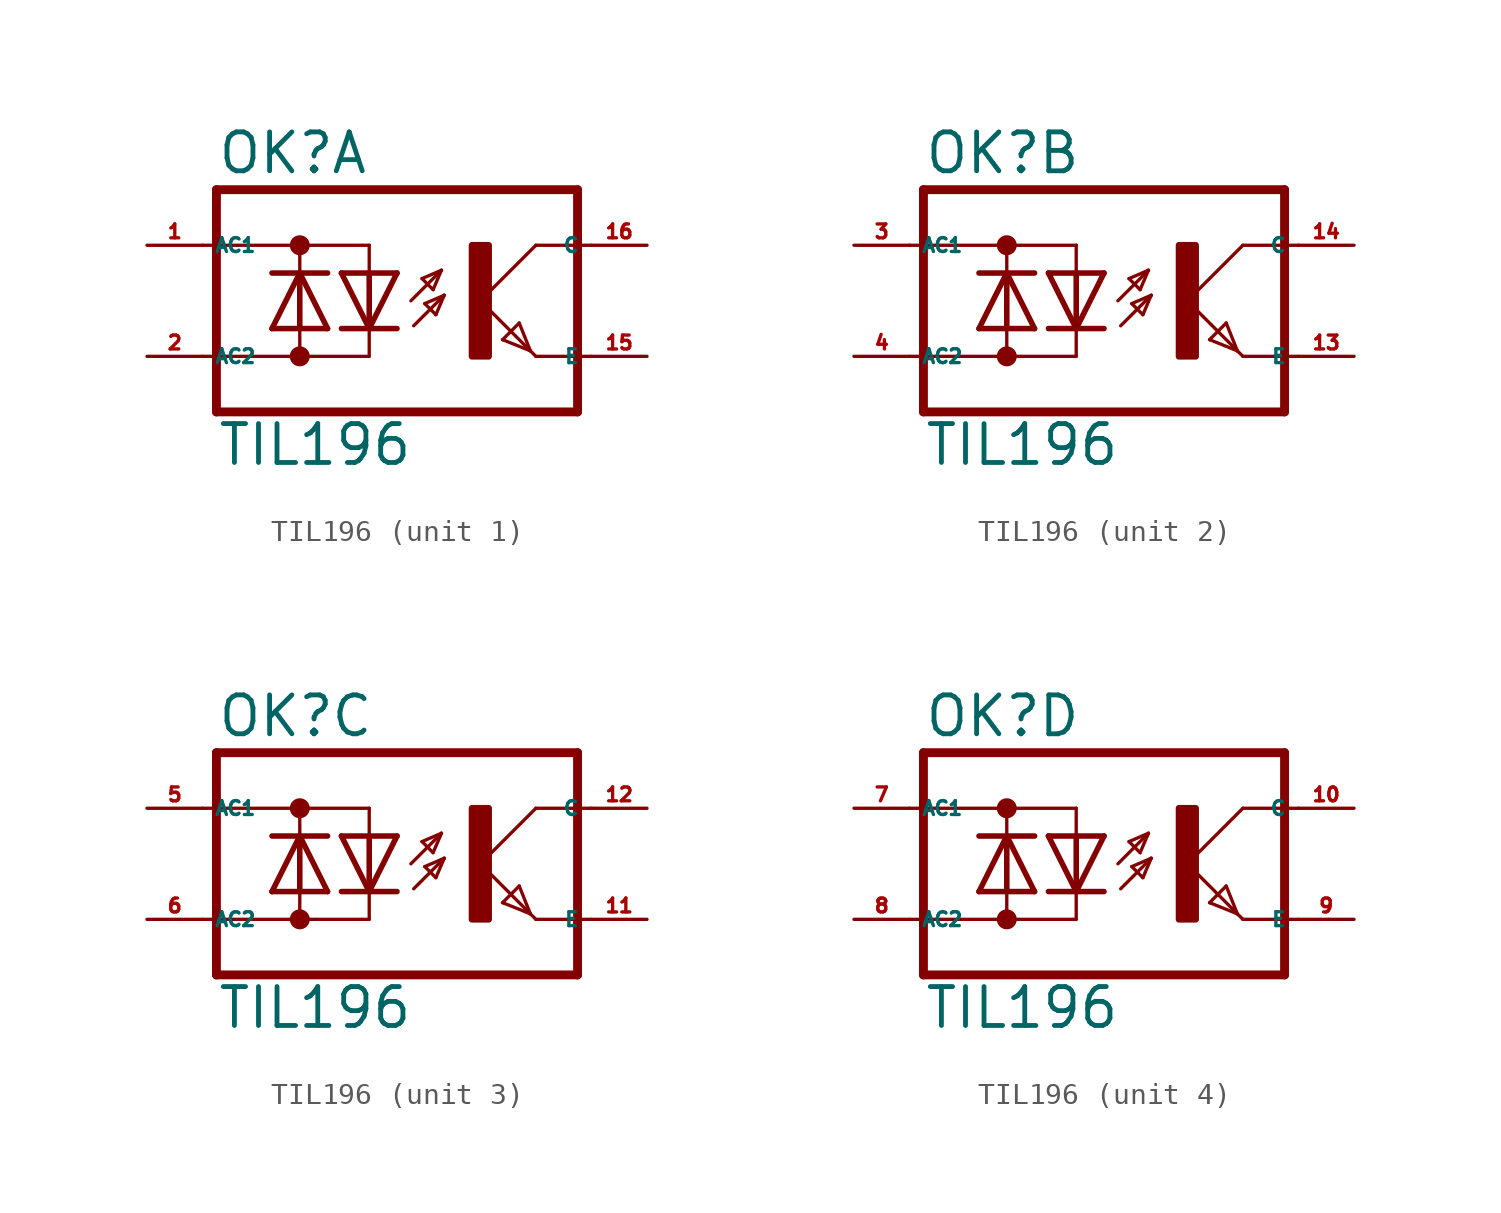
<source format=kicad_sym>
(kicad_symbol_lib
  (version 20220914)
  (generator kicad_symbol_editor)
  (symbol "TIL196"
    (property "Reference" "OK"
      (at -6.985 5.715 0)
      (effects (font (size 1.778 1.778) (thickness 0.22)) (justify left bottom)))
    (property "Value" "TIL196"
      (at -6.985 -7.62 0)
      (effects (font (size 1.778 1.778) (thickness 0.22)) (justify left bottom)))
    (symbol "TIL196_1_0"
      (circle (center -3.175 -2.54) (radius 0.254) (stroke (width 0.406) (type default)) (fill (type none)))
      (circle (center -3.175 2.54) (radius 0.254) (stroke (width 0.406) (type default)) (fill (type none)))
      (polyline (pts (xy -6.985 -5.08) (xy 9.525 -5.08)) (stroke (width 0.406) (type default)) (fill (type none)))
      (polyline (pts (xy -6.985 5.08) (xy -6.985 -5.08)) (stroke (width 0.406) (type default)) (fill (type none)))
      (polyline (pts (xy -6.985 5.08) (xy 9.525 5.08)) (stroke (width 0.406) (type default)) (fill (type none)))
      (polyline (pts (xy -4.445 -1.27) (xy -3.175 -1.27)) (stroke (width 0.254) (type default)) (fill (type none)))
      (polyline (pts (xy -4.445 -1.27) (xy -3.175 1.27)) (stroke (width 0.254) (type default)) (fill (type none)))
      (polyline (pts (xy -4.445 1.27) (xy -3.175 1.27)) (stroke (width 0.254) (type default)) (fill (type none)))
      (polyline (pts (xy -3.175 -2.54) (xy -7.62 -2.54)) (stroke (width 0.152) (type default)) (fill (type none)))
      (polyline (pts (xy -3.175 -2.54) (xy -3.175 -1.27)) (stroke (width 0.152) (type default)) (fill (type none)))
      (polyline (pts (xy -3.175 -2.54) (xy 0 -2.54)) (stroke (width 0.152) (type default)) (fill (type none)))
      (polyline (pts (xy -3.175 -1.27) (xy -3.175 1.27)) (stroke (width 0.254) (type default)) (fill (type none)))
      (polyline (pts (xy -3.175 -1.27) (xy -1.905 -1.27)) (stroke (width 0.254) (type default)) (fill (type none)))
      (polyline (pts (xy -3.175 1.27) (xy -1.905 -1.27)) (stroke (width 0.254) (type default)) (fill (type none)))
      (polyline (pts (xy -3.175 1.27) (xy -1.905 1.27)) (stroke (width 0.254) (type default)) (fill (type none)))
      (polyline (pts (xy -3.175 2.54) (xy -7.62 2.54)) (stroke (width 0.152) (type default)) (fill (type none)))
      (polyline (pts (xy -3.175 2.54) (xy -3.175 1.27)) (stroke (width 0.152) (type default)) (fill (type none)))
      (polyline (pts (xy -3.175 2.54) (xy 0 2.54)) (stroke (width 0.152) (type default)) (fill (type none)))
      (polyline (pts (xy 0 -2.54) (xy 0 -1.27)) (stroke (width 0.152) (type default)) (fill (type none)))
      (polyline (pts (xy 0 -1.27) (xy -1.27 -1.27)) (stroke (width 0.254) (type default)) (fill (type none)))
      (polyline (pts (xy 0 -1.27) (xy -1.27 1.27)) (stroke (width 0.254) (type default)) (fill (type none)))
      (polyline (pts (xy 0 1.27) (xy -1.27 1.27)) (stroke (width 0.254) (type default)) (fill (type none)))
      (polyline (pts (xy 0 1.27) (xy 0 -1.27)) (stroke (width 0.254) (type default)) (fill (type none)))
      (polyline (pts (xy 0 2.54) (xy 0 1.27)) (stroke (width 0.152) (type default)) (fill (type none)))
      (polyline (pts (xy 1.27 -1.27) (xy 0 -1.27)) (stroke (width 0.254) (type default)) (fill (type none)))
      (polyline (pts (xy 1.27 1.27) (xy 0 -1.27)) (stroke (width 0.254) (type default)) (fill (type none)))
      (polyline (pts (xy 1.27 1.27) (xy 0 1.27)) (stroke (width 0.254) (type default)) (fill (type none)))
      (polyline (pts (xy 1.905 0) (xy 3.302 1.397)) (stroke (width 0.152) (type default)) (fill (type none)))
      (polyline (pts (xy 2.032 -1.143) (xy 3.429 0.254)) (stroke (width 0.152) (type default)) (fill (type none)))
      (polyline (pts (xy 2.413 1.016) (xy 2.921 0.508)) (stroke (width 0.152) (type default)) (fill (type none)))
      (polyline (pts (xy 2.54 -0.127) (xy 3.048 -0.635)) (stroke (width 0.152) (type default)) (fill (type none)))
      (polyline (pts (xy 2.921 0.508) (xy 3.302 1.397)) (stroke (width 0.152) (type default)) (fill (type none)))
      (polyline (pts (xy 3.048 -0.635) (xy 3.429 0.254)) (stroke (width 0.152) (type default)) (fill (type none)))
      (polyline (pts (xy 3.302 1.397) (xy 2.413 1.016)) (stroke (width 0.152) (type default)) (fill (type none)))
      (polyline (pts (xy 3.429 0.254) (xy 2.54 -0.127)) (stroke (width 0.152) (type default)) (fill (type none)))
      (polyline (pts (xy 5.08 0) (xy 7.366 -2.286)) (stroke (width 0.152) (type default)) (fill (type none)))
      (polyline (pts (xy 6.096 -1.778) (xy 6.858 -1.016)) (stroke (width 0.152) (type default)) (fill (type none)))
      (polyline (pts (xy 6.858 -1.016) (xy 7.366 -2.286)) (stroke (width 0.152) (type default)) (fill (type none)))
      (polyline (pts (xy 7.366 -2.286) (xy 6.096 -1.778)) (stroke (width 0.152) (type default)) (fill (type none)))
      (polyline (pts (xy 7.366 -2.286) (xy 7.62 -2.54)) (stroke (width 0.152) (type default)) (fill (type none)))
      (polyline (pts (xy 7.62 -2.54) (xy 10.16 -2.54)) (stroke (width 0.152) (type default)) (fill (type none)))
      (polyline (pts (xy 7.62 2.54) (xy 5.08 0)) (stroke (width 0.152) (type default)) (fill (type none)))
      (polyline (pts (xy 7.62 2.54) (xy 10.16 2.54)) (stroke (width 0.152) (type default)) (fill (type none)))
      (polyline (pts (xy 9.525 5.08) (xy 9.525 -5.08)) (stroke (width 0.406) (type default)) (fill (type none)))
      (rectangle (start 4.699 -2.54) (end 5.461 2.54) (stroke (width 0.3) (type default)) (fill (type outline)))
      (pin passive line (at -10.16 2.54 0) (length 2.54) (name "AC1" (effects (font (size 0.635 0.635)))) (number "1" (effects (font (size 0.635 0.635)))))
      (pin passive line (at 12.7 -2.54 180) (length 2.54) (name "E" (effects (font (size 0.635 0.635)))) (number "15" (effects (font (size 0.635 0.635)))))
      (pin passive line (at 12.7 2.54 180) (length 2.54) (name "C" (effects (font (size 0.635 0.635)))) (number "16" (effects (font (size 0.635 0.635)))))
      (pin passive line (at -10.16 -2.54 0) (length 2.54) (name "AC2" (effects (font (size 0.635 0.635)))) (number "2" (effects (font (size 0.635 0.635))))))
    (symbol "TIL196_2_0"
      (circle (center -3.175 -2.54) (radius 0.254) (stroke (width 0.406) (type default)) (fill (type none)))
      (circle (center -3.175 2.54) (radius 0.254) (stroke (width 0.406) (type default)) (fill (type none)))
      (polyline (pts (xy -6.985 -5.08) (xy 9.525 -5.08)) (stroke (width 0.406) (type default)) (fill (type none)))
      (polyline (pts (xy -6.985 5.08) (xy -6.985 -5.08)) (stroke (width 0.406) (type default)) (fill (type none)))
      (polyline (pts (xy -6.985 5.08) (xy 9.525 5.08)) (stroke (width 0.406) (type default)) (fill (type none)))
      (polyline (pts (xy -4.445 -1.27) (xy -3.175 -1.27)) (stroke (width 0.254) (type default)) (fill (type none)))
      (polyline (pts (xy -4.445 -1.27) (xy -3.175 1.27)) (stroke (width 0.254) (type default)) (fill (type none)))
      (polyline (pts (xy -4.445 1.27) (xy -3.175 1.27)) (stroke (width 0.254) (type default)) (fill (type none)))
      (polyline (pts (xy -3.175 -2.54) (xy -7.62 -2.54)) (stroke (width 0.152) (type default)) (fill (type none)))
      (polyline (pts (xy -3.175 -2.54) (xy -3.175 -1.27)) (stroke (width 0.152) (type default)) (fill (type none)))
      (polyline (pts (xy -3.175 -2.54) (xy 0 -2.54)) (stroke (width 0.152) (type default)) (fill (type none)))
      (polyline (pts (xy -3.175 -1.27) (xy -3.175 1.27)) (stroke (width 0.254) (type default)) (fill (type none)))
      (polyline (pts (xy -3.175 -1.27) (xy -1.905 -1.27)) (stroke (width 0.254) (type default)) (fill (type none)))
      (polyline (pts (xy -3.175 1.27) (xy -1.905 -1.27)) (stroke (width 0.254) (type default)) (fill (type none)))
      (polyline (pts (xy -3.175 1.27) (xy -1.905 1.27)) (stroke (width 0.254) (type default)) (fill (type none)))
      (polyline (pts (xy -3.175 2.54) (xy -7.62 2.54)) (stroke (width 0.152) (type default)) (fill (type none)))
      (polyline (pts (xy -3.175 2.54) (xy -3.175 1.27)) (stroke (width 0.152) (type default)) (fill (type none)))
      (polyline (pts (xy -3.175 2.54) (xy 0 2.54)) (stroke (width 0.152) (type default)) (fill (type none)))
      (polyline (pts (xy 0 -2.54) (xy 0 -1.27)) (stroke (width 0.152) (type default)) (fill (type none)))
      (polyline (pts (xy 0 -1.27) (xy -1.27 -1.27)) (stroke (width 0.254) (type default)) (fill (type none)))
      (polyline (pts (xy 0 -1.27) (xy -1.27 1.27)) (stroke (width 0.254) (type default)) (fill (type none)))
      (polyline (pts (xy 0 1.27) (xy -1.27 1.27)) (stroke (width 0.254) (type default)) (fill (type none)))
      (polyline (pts (xy 0 1.27) (xy 0 -1.27)) (stroke (width 0.254) (type default)) (fill (type none)))
      (polyline (pts (xy 0 2.54) (xy 0 1.27)) (stroke (width 0.152) (type default)) (fill (type none)))
      (polyline (pts (xy 1.27 -1.27) (xy 0 -1.27)) (stroke (width 0.254) (type default)) (fill (type none)))
      (polyline (pts (xy 1.27 1.27) (xy 0 -1.27)) (stroke (width 0.254) (type default)) (fill (type none)))
      (polyline (pts (xy 1.27 1.27) (xy 0 1.27)) (stroke (width 0.254) (type default)) (fill (type none)))
      (polyline (pts (xy 1.905 0) (xy 3.302 1.397)) (stroke (width 0.152) (type default)) (fill (type none)))
      (polyline (pts (xy 2.032 -1.143) (xy 3.429 0.254)) (stroke (width 0.152) (type default)) (fill (type none)))
      (polyline (pts (xy 2.413 1.016) (xy 2.921 0.508)) (stroke (width 0.152) (type default)) (fill (type none)))
      (polyline (pts (xy 2.54 -0.127) (xy 3.048 -0.635)) (stroke (width 0.152) (type default)) (fill (type none)))
      (polyline (pts (xy 2.921 0.508) (xy 3.302 1.397)) (stroke (width 0.152) (type default)) (fill (type none)))
      (polyline (pts (xy 3.048 -0.635) (xy 3.429 0.254)) (stroke (width 0.152) (type default)) (fill (type none)))
      (polyline (pts (xy 3.302 1.397) (xy 2.413 1.016)) (stroke (width 0.152) (type default)) (fill (type none)))
      (polyline (pts (xy 3.429 0.254) (xy 2.54 -0.127)) (stroke (width 0.152) (type default)) (fill (type none)))
      (polyline (pts (xy 5.08 0) (xy 7.366 -2.286)) (stroke (width 0.152) (type default)) (fill (type none)))
      (polyline (pts (xy 6.096 -1.778) (xy 6.858 -1.016)) (stroke (width 0.152) (type default)) (fill (type none)))
      (polyline (pts (xy 6.858 -1.016) (xy 7.366 -2.286)) (stroke (width 0.152) (type default)) (fill (type none)))
      (polyline (pts (xy 7.366 -2.286) (xy 6.096 -1.778)) (stroke (width 0.152) (type default)) (fill (type none)))
      (polyline (pts (xy 7.366 -2.286) (xy 7.62 -2.54)) (stroke (width 0.152) (type default)) (fill (type none)))
      (polyline (pts (xy 7.62 -2.54) (xy 10.16 -2.54)) (stroke (width 0.152) (type default)) (fill (type none)))
      (polyline (pts (xy 7.62 2.54) (xy 5.08 0)) (stroke (width 0.152) (type default)) (fill (type none)))
      (polyline (pts (xy 7.62 2.54) (xy 10.16 2.54)) (stroke (width 0.152) (type default)) (fill (type none)))
      (polyline (pts (xy 9.525 5.08) (xy 9.525 -5.08)) (stroke (width 0.406) (type default)) (fill (type none)))
      (rectangle (start 4.699 -2.54) (end 5.461 2.54) (stroke (width 0.3) (type default)) (fill (type outline)))
      (pin passive line (at 12.7 -2.54 180) (length 2.54) (name "E" (effects (font (size 0.635 0.635)))) (number "13" (effects (font (size 0.635 0.635)))))
      (pin passive line (at 12.7 2.54 180) (length 2.54) (name "C" (effects (font (size 0.635 0.635)))) (number "14" (effects (font (size 0.635 0.635)))))
      (pin passive line (at -10.16 2.54 0) (length 2.54) (name "AC1" (effects (font (size 0.635 0.635)))) (number "3" (effects (font (size 0.635 0.635)))))
      (pin passive line (at -10.16 -2.54 0) (length 2.54) (name "AC2" (effects (font (size 0.635 0.635)))) (number "4" (effects (font (size 0.635 0.635))))))
    (symbol "TIL196_3_0"
      (circle (center -3.175 -2.54) (radius 0.254) (stroke (width 0.406) (type default)) (fill (type none)))
      (circle (center -3.175 2.54) (radius 0.254) (stroke (width 0.406) (type default)) (fill (type none)))
      (polyline (pts (xy -6.985 -5.08) (xy 9.525 -5.08)) (stroke (width 0.406) (type default)) (fill (type none)))
      (polyline (pts (xy -6.985 5.08) (xy -6.985 -5.08)) (stroke (width 0.406) (type default)) (fill (type none)))
      (polyline (pts (xy -6.985 5.08) (xy 9.525 5.08)) (stroke (width 0.406) (type default)) (fill (type none)))
      (polyline (pts (xy -4.445 -1.27) (xy -3.175 -1.27)) (stroke (width 0.254) (type default)) (fill (type none)))
      (polyline (pts (xy -4.445 -1.27) (xy -3.175 1.27)) (stroke (width 0.254) (type default)) (fill (type none)))
      (polyline (pts (xy -4.445 1.27) (xy -3.175 1.27)) (stroke (width 0.254) (type default)) (fill (type none)))
      (polyline (pts (xy -3.175 -2.54) (xy -7.62 -2.54)) (stroke (width 0.152) (type default)) (fill (type none)))
      (polyline (pts (xy -3.175 -2.54) (xy -3.175 -1.27)) (stroke (width 0.152) (type default)) (fill (type none)))
      (polyline (pts (xy -3.175 -2.54) (xy 0 -2.54)) (stroke (width 0.152) (type default)) (fill (type none)))
      (polyline (pts (xy -3.175 -1.27) (xy -3.175 1.27)) (stroke (width 0.254) (type default)) (fill (type none)))
      (polyline (pts (xy -3.175 -1.27) (xy -1.905 -1.27)) (stroke (width 0.254) (type default)) (fill (type none)))
      (polyline (pts (xy -3.175 1.27) (xy -1.905 -1.27)) (stroke (width 0.254) (type default)) (fill (type none)))
      (polyline (pts (xy -3.175 1.27) (xy -1.905 1.27)) (stroke (width 0.254) (type default)) (fill (type none)))
      (polyline (pts (xy -3.175 2.54) (xy -7.62 2.54)) (stroke (width 0.152) (type default)) (fill (type none)))
      (polyline (pts (xy -3.175 2.54) (xy -3.175 1.27)) (stroke (width 0.152) (type default)) (fill (type none)))
      (polyline (pts (xy -3.175 2.54) (xy 0 2.54)) (stroke (width 0.152) (type default)) (fill (type none)))
      (polyline (pts (xy 0 -2.54) (xy 0 -1.27)) (stroke (width 0.152) (type default)) (fill (type none)))
      (polyline (pts (xy 0 -1.27) (xy -1.27 -1.27)) (stroke (width 0.254) (type default)) (fill (type none)))
      (polyline (pts (xy 0 -1.27) (xy -1.27 1.27)) (stroke (width 0.254) (type default)) (fill (type none)))
      (polyline (pts (xy 0 1.27) (xy -1.27 1.27)) (stroke (width 0.254) (type default)) (fill (type none)))
      (polyline (pts (xy 0 1.27) (xy 0 -1.27)) (stroke (width 0.254) (type default)) (fill (type none)))
      (polyline (pts (xy 0 2.54) (xy 0 1.27)) (stroke (width 0.152) (type default)) (fill (type none)))
      (polyline (pts (xy 1.27 -1.27) (xy 0 -1.27)) (stroke (width 0.254) (type default)) (fill (type none)))
      (polyline (pts (xy 1.27 1.27) (xy 0 -1.27)) (stroke (width 0.254) (type default)) (fill (type none)))
      (polyline (pts (xy 1.27 1.27) (xy 0 1.27)) (stroke (width 0.254) (type default)) (fill (type none)))
      (polyline (pts (xy 1.905 0) (xy 3.302 1.397)) (stroke (width 0.152) (type default)) (fill (type none)))
      (polyline (pts (xy 2.032 -1.143) (xy 3.429 0.254)) (stroke (width 0.152) (type default)) (fill (type none)))
      (polyline (pts (xy 2.413 1.016) (xy 2.921 0.508)) (stroke (width 0.152) (type default)) (fill (type none)))
      (polyline (pts (xy 2.54 -0.127) (xy 3.048 -0.635)) (stroke (width 0.152) (type default)) (fill (type none)))
      (polyline (pts (xy 2.921 0.508) (xy 3.302 1.397)) (stroke (width 0.152) (type default)) (fill (type none)))
      (polyline (pts (xy 3.048 -0.635) (xy 3.429 0.254)) (stroke (width 0.152) (type default)) (fill (type none)))
      (polyline (pts (xy 3.302 1.397) (xy 2.413 1.016)) (stroke (width 0.152) (type default)) (fill (type none)))
      (polyline (pts (xy 3.429 0.254) (xy 2.54 -0.127)) (stroke (width 0.152) (type default)) (fill (type none)))
      (polyline (pts (xy 5.08 0) (xy 7.366 -2.286)) (stroke (width 0.152) (type default)) (fill (type none)))
      (polyline (pts (xy 6.096 -1.778) (xy 6.858 -1.016)) (stroke (width 0.152) (type default)) (fill (type none)))
      (polyline (pts (xy 6.858 -1.016) (xy 7.366 -2.286)) (stroke (width 0.152) (type default)) (fill (type none)))
      (polyline (pts (xy 7.366 -2.286) (xy 6.096 -1.778)) (stroke (width 0.152) (type default)) (fill (type none)))
      (polyline (pts (xy 7.366 -2.286) (xy 7.62 -2.54)) (stroke (width 0.152) (type default)) (fill (type none)))
      (polyline (pts (xy 7.62 -2.54) (xy 10.16 -2.54)) (stroke (width 0.152) (type default)) (fill (type none)))
      (polyline (pts (xy 7.62 2.54) (xy 5.08 0)) (stroke (width 0.152) (type default)) (fill (type none)))
      (polyline (pts (xy 7.62 2.54) (xy 10.16 2.54)) (stroke (width 0.152) (type default)) (fill (type none)))
      (polyline (pts (xy 9.525 5.08) (xy 9.525 -5.08)) (stroke (width 0.406) (type default)) (fill (type none)))
      (rectangle (start 4.699 -2.54) (end 5.461 2.54) (stroke (width 0.3) (type default)) (fill (type outline)))
      (pin passive line (at 12.7 -2.54 180) (length 2.54) (name "E" (effects (font (size 0.635 0.635)))) (number "11" (effects (font (size 0.635 0.635)))))
      (pin passive line (at 12.7 2.54 180) (length 2.54) (name "C" (effects (font (size 0.635 0.635)))) (number "12" (effects (font (size 0.635 0.635)))))
      (pin passive line (at -10.16 2.54 0) (length 2.54) (name "AC1" (effects (font (size 0.635 0.635)))) (number "5" (effects (font (size 0.635 0.635)))))
      (pin passive line (at -10.16 -2.54 0) (length 2.54) (name "AC2" (effects (font (size 0.635 0.635)))) (number "6" (effects (font (size 0.635 0.635))))))
    (symbol "TIL196_4_0"
      (circle (center -3.175 -2.54) (radius 0.254) (stroke (width 0.406) (type default)) (fill (type none)))
      (circle (center -3.175 2.54) (radius 0.254) (stroke (width 0.406) (type default)) (fill (type none)))
      (polyline (pts (xy -6.985 -5.08) (xy 9.525 -5.08)) (stroke (width 0.406) (type default)) (fill (type none)))
      (polyline (pts (xy -6.985 5.08) (xy -6.985 -5.08)) (stroke (width 0.406) (type default)) (fill (type none)))
      (polyline (pts (xy -6.985 5.08) (xy 9.525 5.08)) (stroke (width 0.406) (type default)) (fill (type none)))
      (polyline (pts (xy -4.445 -1.27) (xy -3.175 -1.27)) (stroke (width 0.254) (type default)) (fill (type none)))
      (polyline (pts (xy -4.445 -1.27) (xy -3.175 1.27)) (stroke (width 0.254) (type default)) (fill (type none)))
      (polyline (pts (xy -4.445 1.27) (xy -3.175 1.27)) (stroke (width 0.254) (type default)) (fill (type none)))
      (polyline (pts (xy -3.175 -2.54) (xy -7.62 -2.54)) (stroke (width 0.152) (type default)) (fill (type none)))
      (polyline (pts (xy -3.175 -2.54) (xy -3.175 -1.27)) (stroke (width 0.152) (type default)) (fill (type none)))
      (polyline (pts (xy -3.175 -2.54) (xy 0 -2.54)) (stroke (width 0.152) (type default)) (fill (type none)))
      (polyline (pts (xy -3.175 -1.27) (xy -3.175 1.27)) (stroke (width 0.254) (type default)) (fill (type none)))
      (polyline (pts (xy -3.175 -1.27) (xy -1.905 -1.27)) (stroke (width 0.254) (type default)) (fill (type none)))
      (polyline (pts (xy -3.175 1.27) (xy -1.905 -1.27)) (stroke (width 0.254) (type default)) (fill (type none)))
      (polyline (pts (xy -3.175 1.27) (xy -1.905 1.27)) (stroke (width 0.254) (type default)) (fill (type none)))
      (polyline (pts (xy -3.175 2.54) (xy -7.62 2.54)) (stroke (width 0.152) (type default)) (fill (type none)))
      (polyline (pts (xy -3.175 2.54) (xy -3.175 1.27)) (stroke (width 0.152) (type default)) (fill (type none)))
      (polyline (pts (xy -3.175 2.54) (xy 0 2.54)) (stroke (width 0.152) (type default)) (fill (type none)))
      (polyline (pts (xy 0 -2.54) (xy 0 -1.27)) (stroke (width 0.152) (type default)) (fill (type none)))
      (polyline (pts (xy 0 -1.27) (xy -1.27 -1.27)) (stroke (width 0.254) (type default)) (fill (type none)))
      (polyline (pts (xy 0 -1.27) (xy -1.27 1.27)) (stroke (width 0.254) (type default)) (fill (type none)))
      (polyline (pts (xy 0 1.27) (xy -1.27 1.27)) (stroke (width 0.254) (type default)) (fill (type none)))
      (polyline (pts (xy 0 1.27) (xy 0 -1.27)) (stroke (width 0.254) (type default)) (fill (type none)))
      (polyline (pts (xy 0 2.54) (xy 0 1.27)) (stroke (width 0.152) (type default)) (fill (type none)))
      (polyline (pts (xy 1.27 -1.27) (xy 0 -1.27)) (stroke (width 0.254) (type default)) (fill (type none)))
      (polyline (pts (xy 1.27 1.27) (xy 0 -1.27)) (stroke (width 0.254) (type default)) (fill (type none)))
      (polyline (pts (xy 1.27 1.27) (xy 0 1.27)) (stroke (width 0.254) (type default)) (fill (type none)))
      (polyline (pts (xy 1.905 0) (xy 3.302 1.397)) (stroke (width 0.152) (type default)) (fill (type none)))
      (polyline (pts (xy 2.032 -1.143) (xy 3.429 0.254)) (stroke (width 0.152) (type default)) (fill (type none)))
      (polyline (pts (xy 2.413 1.016) (xy 2.921 0.508)) (stroke (width 0.152) (type default)) (fill (type none)))
      (polyline (pts (xy 2.54 -0.127) (xy 3.048 -0.635)) (stroke (width 0.152) (type default)) (fill (type none)))
      (polyline (pts (xy 2.921 0.508) (xy 3.302 1.397)) (stroke (width 0.152) (type default)) (fill (type none)))
      (polyline (pts (xy 3.048 -0.635) (xy 3.429 0.254)) (stroke (width 0.152) (type default)) (fill (type none)))
      (polyline (pts (xy 3.302 1.397) (xy 2.413 1.016)) (stroke (width 0.152) (type default)) (fill (type none)))
      (polyline (pts (xy 3.429 0.254) (xy 2.54 -0.127)) (stroke (width 0.152) (type default)) (fill (type none)))
      (polyline (pts (xy 5.08 0) (xy 7.366 -2.286)) (stroke (width 0.152) (type default)) (fill (type none)))
      (polyline (pts (xy 6.096 -1.778) (xy 6.858 -1.016)) (stroke (width 0.152) (type default)) (fill (type none)))
      (polyline (pts (xy 6.858 -1.016) (xy 7.366 -2.286)) (stroke (width 0.152) (type default)) (fill (type none)))
      (polyline (pts (xy 7.366 -2.286) (xy 6.096 -1.778)) (stroke (width 0.152) (type default)) (fill (type none)))
      (polyline (pts (xy 7.366 -2.286) (xy 7.62 -2.54)) (stroke (width 0.152) (type default)) (fill (type none)))
      (polyline (pts (xy 7.62 -2.54) (xy 10.16 -2.54)) (stroke (width 0.152) (type default)) (fill (type none)))
      (polyline (pts (xy 7.62 2.54) (xy 5.08 0)) (stroke (width 0.152) (type default)) (fill (type none)))
      (polyline (pts (xy 7.62 2.54) (xy 10.16 2.54)) (stroke (width 0.152) (type default)) (fill (type none)))
      (polyline (pts (xy 9.525 5.08) (xy 9.525 -5.08)) (stroke (width 0.406) (type default)) (fill (type none)))
      (rectangle (start 4.699 -2.54) (end 5.461 2.54) (stroke (width 0.3) (type default)) (fill (type outline)))
      (pin passive line (at 12.7 2.54 180) (length 2.54) (name "C" (effects (font (size 0.635 0.635)))) (number "10" (effects (font (size 0.635 0.635)))))
      (pin passive line (at -10.16 2.54 0) (length 2.54) (name "AC1" (effects (font (size 0.635 0.635)))) (number "7" (effects (font (size 0.635 0.635)))))
      (pin passive line (at -10.16 -2.54 0) (length 2.54) (name "AC2" (effects (font (size 0.635 0.635)))) (number "8" (effects (font (size 0.635 0.635)))))
      (pin passive line (at 12.7 -2.54 180) (length 2.54) (name "E" (effects (font (size 0.635 0.635)))) (number "9" (effects (font (size 0.635 0.635))))))))
</source>
